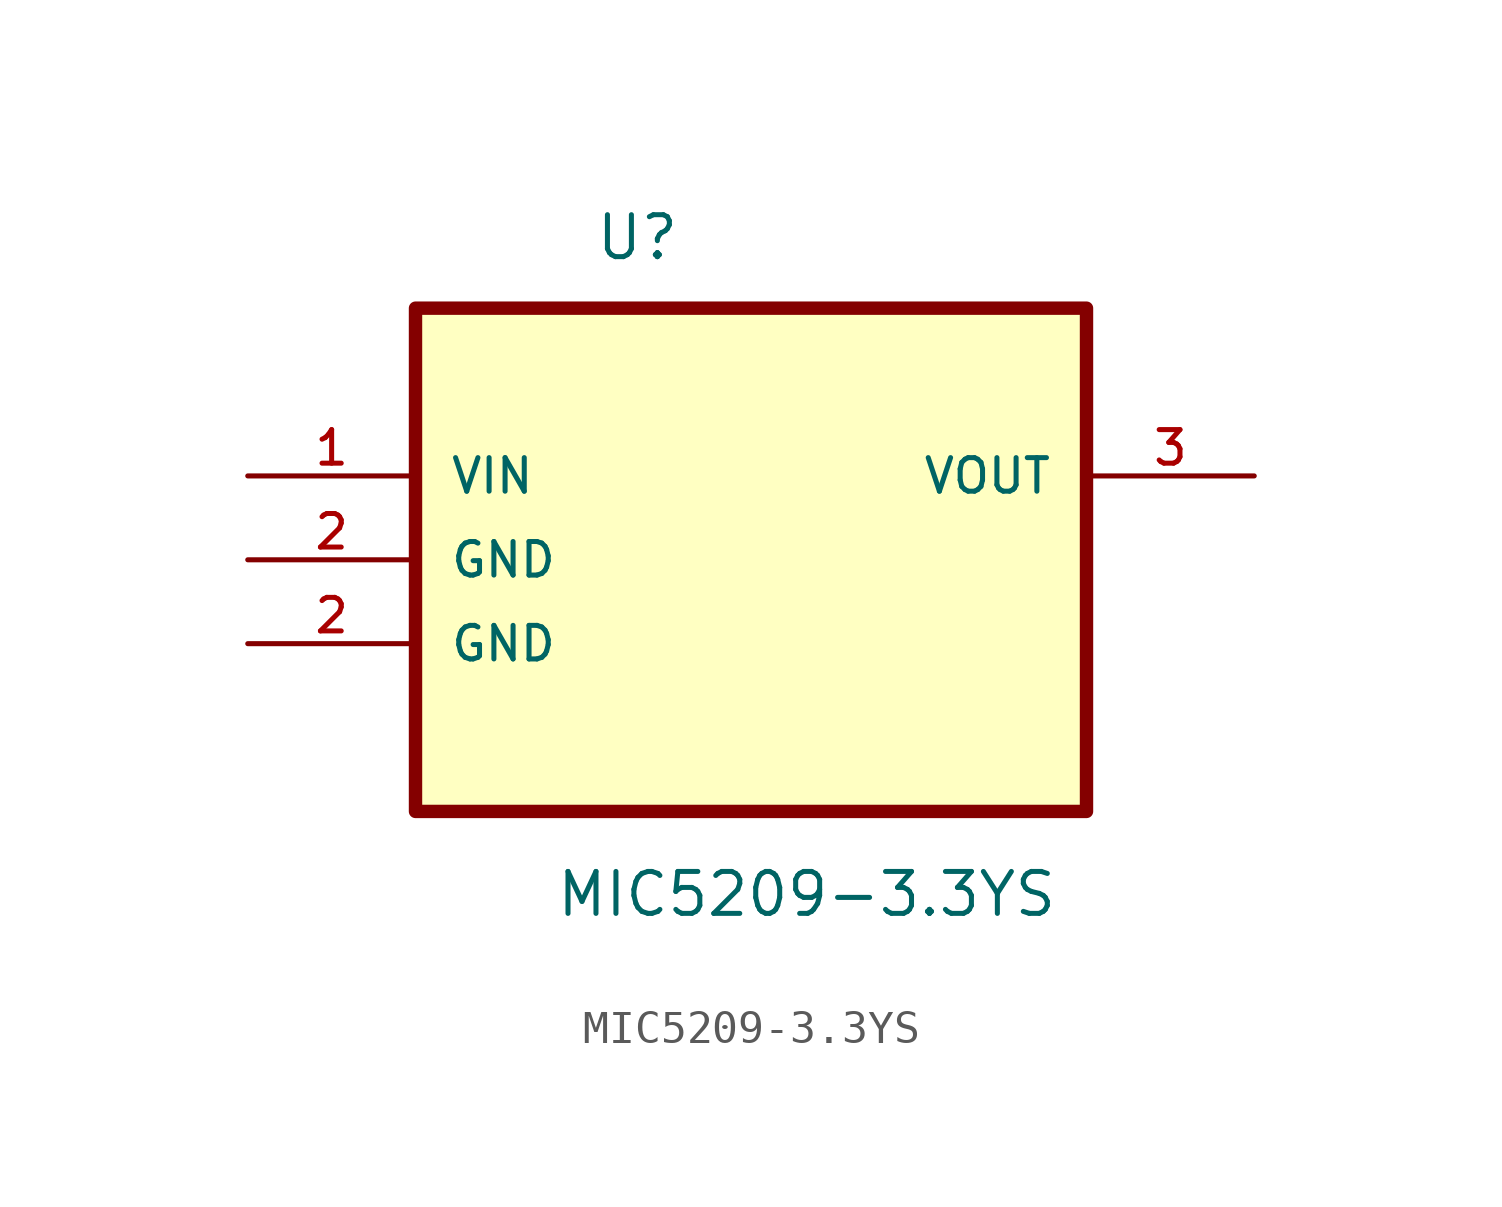
<source format=kicad_sym>
(kicad_symbol_lib
  (version 20211014)
  (generator kicad_symbol_editor)
  (symbol "MIC5209-3.3YS"
    (pin_names
      (offset 1.016))
    (property "Reference" "U"
      (at -4.75 6.477 0)
      (effects (font (size 1.27 1.27)) (justify left bottom)))
    (property "Value" "MIC5209-3.3YS"
      (at -5.944 -13.411 0)
      (effects (font (size 1.27 1.27)) (justify left bottom)))
    (symbol "MIC5209-3.3YS_0_0"
      (rectangle (start -10.16 -10.16) (end 10.16 5.08) (stroke (width 0.406) (type default) (color 0 0 0 0)) (fill (type background)))
      (pin power_in line (at -15.24 0 0) (length 5.08) (name "VIN" (effects (font (size 1.016 1.016)))) (number "1" (effects (font (size 1.016 1.016)))))
      (pin passive line (at -15.24 -5.08 0) (length 5.08) (name "GND" (effects (font (size 1.016 1.016)))) (number "2" (effects (font (size 1.016 1.016)))))
      (pin passive line (at -15.24 -2.54 0) (length 5.08) (name "GND" (effects (font (size 1.016 1.016)))) (number "2" (effects (font (size 1.016 1.016)))))
      (pin power_out line (at 15.24 0 180) (length 5.08) (name "VOUT" (effects (font (size 1.016 1.016)))) (number "3" (effects (font (size 1.016 1.016))))))))
</source>
